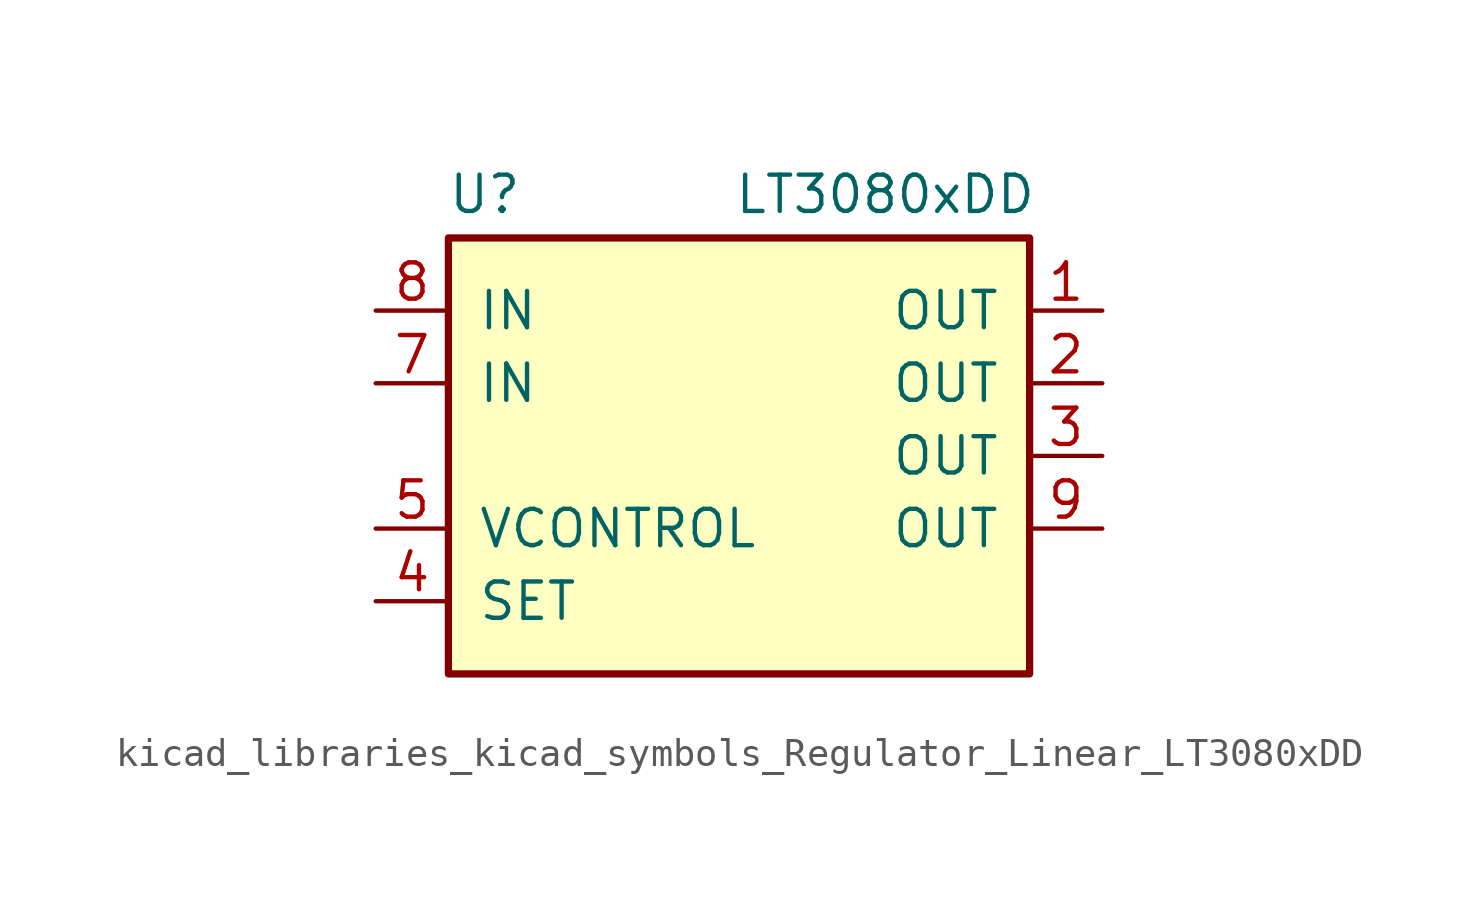
<source format=kicad_sym>
(kicad_symbol_lib
  (version 20220914)
  (generator kicad_symbol_editor)
  (symbol "kicad_libraries_kicad_symbols_Regulator_Linear_LT3080xDD"
    (pin_names
      (offset 1.016))
    (property "Reference" "U"
      (at -8.89 9.144 0)
      (effects (font (size 1.27 1.27))))
    (property "Value" "LT3080xDD"
      (at 10.414 9.144 0)
      (effects (font (size 1.27 1.27)) (justify right)))
    (symbol "kicad_libraries_kicad_symbols_Regulator_Linear_LT3080xDD_0_1"
      (rectangle (start -10.16 7.62) (end 10.16 -7.62) (stroke (width 0.254) (type default)) (fill (type background))))
    (symbol "kicad_libraries_kicad_symbols_Regulator_Linear_LT3080xDD_1_1"
      (pin power_out line (at 12.7 5.08 180) (length 2.54) (name "OUT" (effects (font (size 1.27 1.27)))) (number "1" (effects (font (size 1.27 1.27)))))
      (pin power_out line (at 12.7 2.54 180) (length 2.54) (name "OUT" (effects (font (size 1.27 1.27)))) (number "2" (effects (font (size 1.27 1.27)))))
      (pin power_out line (at 12.7 0 180) (length 2.54) (name "OUT" (effects (font (size 1.27 1.27)))) (number "3" (effects (font (size 1.27 1.27)))))
      (pin input line (at -12.7 -5.08 0) (length 2.54) (name "SET" (effects (font (size 1.27 1.27)))) (number "4" (effects (font (size 1.27 1.27)))))
      (pin input line (at -12.7 -2.54 0) (length 2.54) (name "VCONTROL" (effects (font (size 1.27 1.27)))) (number "5" (effects (font (size 1.27 1.27)))))
      (pin no_connect line (at -10.16 0 0) (length 2.54) hide (name "NC" (effects (font (size 1.27 1.27)))) (number "6" (effects (font (size 1.27 1.27)))))
      (pin power_in line (at -12.7 2.54 0) (length 2.54) (name "IN" (effects (font (size 1.27 1.27)))) (number "7" (effects (font (size 1.27 1.27)))))
      (pin power_in line (at -12.7 5.08 0) (length 2.54) (name "IN" (effects (font (size 1.27 1.27)))) (number "8" (effects (font (size 1.27 1.27)))))
      (pin power_out line (at 12.7 -2.54 180) (length 2.54) (name "OUT" (effects (font (size 1.27 1.27)))) (number "9" (effects (font (size 1.27 1.27))))))))
</source>
